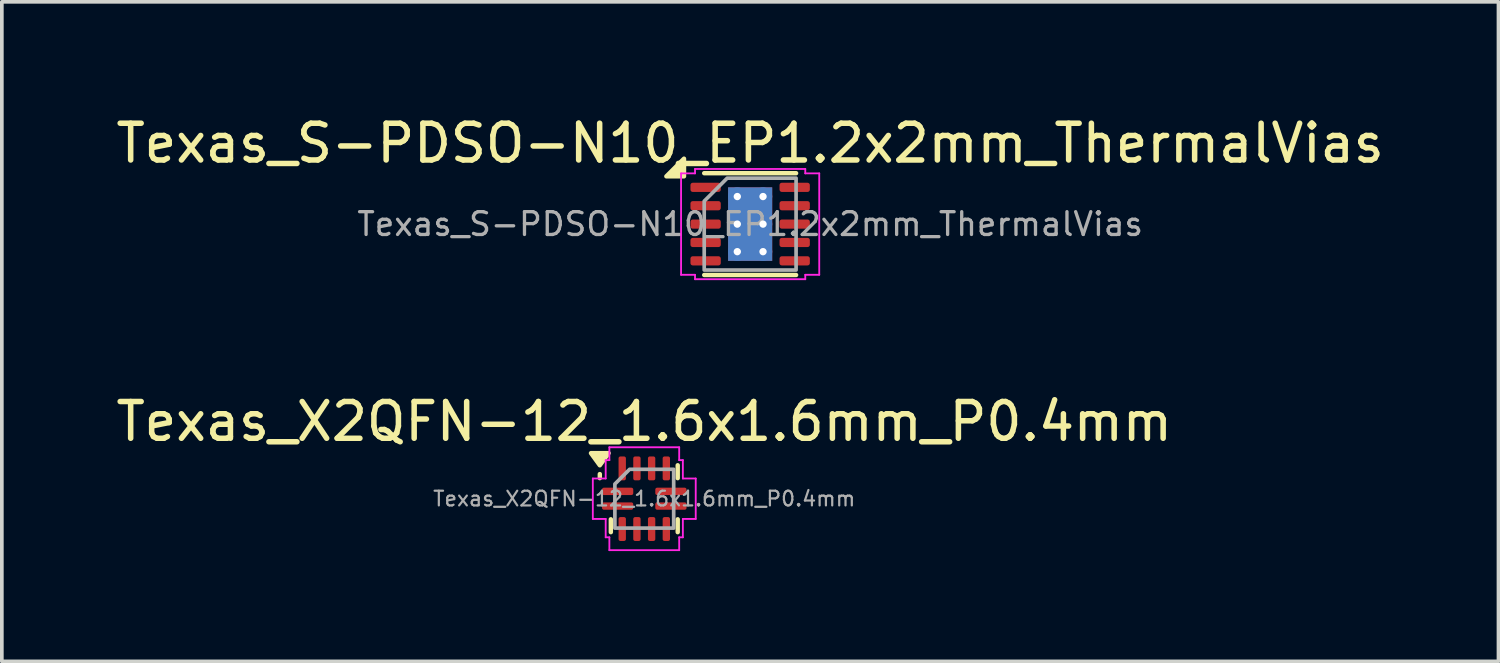
<source format=kicad_pcb>
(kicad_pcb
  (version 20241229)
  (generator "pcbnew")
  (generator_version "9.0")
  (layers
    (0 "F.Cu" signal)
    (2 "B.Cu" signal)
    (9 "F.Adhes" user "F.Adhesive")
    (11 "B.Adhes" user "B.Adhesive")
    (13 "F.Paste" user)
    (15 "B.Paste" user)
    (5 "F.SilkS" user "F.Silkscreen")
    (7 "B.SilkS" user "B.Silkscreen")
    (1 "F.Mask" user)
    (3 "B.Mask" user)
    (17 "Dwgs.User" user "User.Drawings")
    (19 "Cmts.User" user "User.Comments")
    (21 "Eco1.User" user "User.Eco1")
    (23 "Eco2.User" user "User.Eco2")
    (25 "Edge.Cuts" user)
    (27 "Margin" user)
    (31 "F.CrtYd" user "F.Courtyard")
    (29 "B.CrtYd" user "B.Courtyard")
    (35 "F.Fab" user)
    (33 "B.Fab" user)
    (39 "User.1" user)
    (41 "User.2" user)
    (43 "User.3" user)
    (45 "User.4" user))
  (footprint "Texas_X2QFN-12_1.6x1.6mm_P0.4mm"
    (layer "F.Cu")
    (at 14.482 10.521)
    (property "Reference" "Texas_X2QFN-12_1.6x1.6mm_P0.4mm" (at 0 -2.1 0) (layer "F.SilkS") (effects (font (size 1 1) (thickness 0.15))))
    (attr smd)
    (fp_line (start -1.21 -0.56) (end -1.21 -0.67) (stroke (width 0.12) (type solid)) (layer "F.SilkS"))
    (fp_line (start -0.91 0.91) (end -0.91 0.56) (stroke (width 0.12) (type solid)) (layer "F.SilkS"))
    (fp_line (start 0.91 -0.91) (end 0.91 -0.56) (stroke (width 0.12) (type solid)) (layer "F.SilkS"))
    (fp_line (start 0.91 0.91) (end 0.91 0.56) (stroke (width 0.12) (type solid)) (layer "F.SilkS"))
    (fp_poly (pts (xy -1.21 -0.91) (xy -1.45 -1.24) (xy -0.97 -1.24)) (stroke (width 0.12) (type solid)) (fill yes) (layer "F.SilkS"))
    (fp_line (start -1.4 -0.55) (end -1.05 -0.55) (stroke (width 0.05) (type solid)) (layer "F.CrtYd"))
    (fp_line (start -1.4 0.55) (end -1.4 -0.55) (stroke (width 0.05) (type solid)) (layer "F.CrtYd"))
    (fp_line (start -1.05 -1.05) (end -0.95 -1.05) (stroke (width 0.05) (type solid)) (layer "F.CrtYd"))
    (fp_line (start -1.05 -0.55) (end -1.05 -1.05) (stroke (width 0.05) (type solid)) (layer "F.CrtYd"))
    (fp_line (start -1.05 0.55) (end -1.4 0.55) (stroke (width 0.05) (type solid)) (layer "F.CrtYd"))
    (fp_line (start -1.05 1.05) (end -1.05 0.55) (stroke (width 0.05) (type solid)) (layer "F.CrtYd"))
    (fp_line (start -0.95 -1.4) (end 0.95 -1.4) (stroke (width 0.05) (type solid)) (layer "F.CrtYd"))
    (fp_line (start -0.95 -1.05) (end -0.95 -1.4) (stroke (width 0.05) (type solid)) (layer "F.CrtYd"))
    (fp_line (start -0.95 1.05) (end -1.05 1.05) (stroke (width 0.05) (type solid)) (layer "F.CrtYd"))
    (fp_line (start -0.95 1.4) (end -0.95 1.05) (stroke (width 0.05) (type solid)) (layer "F.CrtYd"))
    (fp_line (start 0.95 -1.4) (end 0.95 -1.05) (stroke (width 0.05) (type solid)) (layer "F.CrtYd"))
    (fp_line (start 0.95 -1.05) (end 1.05 -1.05) (stroke (width 0.05) (type solid)) (layer "F.CrtYd"))
    (fp_line (start 0.95 1.05) (end 0.95 1.4) (stroke (width 0.05) (type solid)) (layer "F.CrtYd"))
    (fp_line (start 0.95 1.4) (end -0.95 1.4) (stroke (width 0.05) (type solid)) (layer "F.CrtYd"))
    (fp_line (start 1.05 -1.05) (end 1.05 -0.55) (stroke (width 0.05) (type solid)) (layer "F.CrtYd"))
    (fp_line (start 1.05 -0.55) (end 1.4 -0.55) (stroke (width 0.05) (type solid)) (layer "F.CrtYd"))
    (fp_line (start 1.05 0.55) (end 1.05 1.05) (stroke (width 0.05) (type solid)) (layer "F.CrtYd"))
    (fp_line (start 1.05 1.05) (end 0.95 1.05) (stroke (width 0.05) (type solid)) (layer "F.CrtYd"))
    (fp_line (start 1.4 -0.55) (end 1.4 0.55) (stroke (width 0.05) (type solid)) (layer "F.CrtYd"))
    (fp_line (start 1.4 0.55) (end 1.05 0.55) (stroke (width 0.05) (type solid)) (layer "F.CrtYd"))
    (fp_poly (pts (xy -0.8 -0.4) (xy -0.8 0.8) (xy 0.8 0.8) (xy 0.8 -0.8) (xy -0.4 -0.8)) (stroke (width 0.1) (type solid)) (fill no) (layer "F.Fab"))
    (fp_text user "${REFERENCE}" (at 0 0 0) (layer "F.Fab") (effects (font (size 0.4 0.4) (thickness 0.06))))
    (pad "1" smd roundrect (at -0.725 -0.2) (size 0.85 0.2) (layers "F.Cu" "F.Mask" "F.Paste") (roundrect_rratio 0.25))
    (pad "2" smd roundrect (at -0.725 0.2) (size 0.85 0.2) (layers "F.Cu" "F.Mask" "F.Paste") (roundrect_rratio 0.25))
    (pad "3" smd roundrect (at -0.6 0.825) (size 0.2 0.65) (layers "F.Cu" "F.Mask" "F.Paste") (roundrect_rratio 0.25))
    (pad "4" smd roundrect (at -0.2 0.825) (size 0.2 0.65) (layers "F.Cu" "F.Mask" "F.Paste") (roundrect_rratio 0.25))
    (pad "5" smd roundrect (at 0.2 0.825) (size 0.2 0.65) (layers "F.Cu" "F.Mask" "F.Paste") (roundrect_rratio 0.25))
    (pad "6" smd roundrect (at 0.6 0.825) (size 0.2 0.65) (layers "F.Cu" "F.Mask" "F.Paste") (roundrect_rratio 0.25))
    (pad "7" smd roundrect (at 0.725 0.2) (size 0.85 0.2) (layers "F.Cu" "F.Mask" "F.Paste") (roundrect_rratio 0.25))
    (pad "8" smd roundrect (at 0.725 -0.2) (size 0.85 0.2) (layers "F.Cu" "F.Mask" "F.Paste") (roundrect_rratio 0.25))
    (pad "9" smd roundrect (at 0.6 -0.825) (size 0.2 0.65) (layers "F.Cu" "F.Mask" "F.Paste") (roundrect_rratio 0.25))
    (pad "10" smd roundrect (at 0.2 -0.825) (size 0.2 0.65) (layers "F.Cu" "F.Mask" "F.Paste") (roundrect_rratio 0.25))
    (pad "11" smd roundrect (at -0.2 -0.825) (size 0.2 0.65) (layers "F.Cu" "F.Mask" "F.Paste") (roundrect_rratio 0.25))
    (pad "12" smd roundrect (at -0.6 -0.825) (size 0.2 0.65) (layers "F.Cu" "F.Mask" "F.Paste") (roundrect_rratio 0.25)))
  (footprint "Texas_S-PDSO-N10_EP1.2x2mm_ThermalVias"
    (layer "F.Cu")
    (at 17.363 3.048)
    (property "Reference" "Texas_S-PDSO-N10_EP1.2x2mm_ThermalVias" (at 0 -2.2 0) (layer "F.SilkS") (effects (font (size 1 1) (thickness 0.15))))
    (attr smd)
    (fp_line (start -1.25 -1.385) (end 1.25 -1.385) (stroke (width 0.12) (type solid)) (layer "F.SilkS"))
    (fp_line (start -1.25 1.385) (end 1.25 1.385) (stroke (width 0.12) (type solid)) (layer "F.SilkS"))
    (fp_poly (pts (xy -1.8 -1.3) (xy -2.28 -1.3) (xy -1.8 -1.78)) (stroke (width 0.12) (type solid)) (fill yes) (layer "F.SilkS"))
    (fp_line (start -1.88 -1.38) (end -1.5 -1.38) (stroke (width 0.05) (type solid)) (layer "F.CrtYd"))
    (fp_line (start -1.88 1.38) (end -1.88 -1.38) (stroke (width 0.05) (type solid)) (layer "F.CrtYd"))
    (fp_line (start -1.5 -1.5) (end 1.5 -1.5) (stroke (width 0.05) (type solid)) (layer "F.CrtYd"))
    (fp_line (start -1.5 -1.38) (end -1.5 -1.5) (stroke (width 0.05) (type solid)) (layer "F.CrtYd"))
    (fp_line (start -1.5 1.38) (end -1.88 1.38) (stroke (width 0.05) (type solid)) (layer "F.CrtYd"))
    (fp_line (start -1.5 1.5) (end -1.5 1.38) (stroke (width 0.05) (type solid)) (layer "F.CrtYd"))
    (fp_line (start 1.5 -1.5) (end 1.5 -1.38) (stroke (width 0.05) (type solid)) (layer "F.CrtYd"))
    (fp_line (start 1.5 -1.38) (end 1.88 -1.38) (stroke (width 0.05) (type solid)) (layer "F.CrtYd"))
    (fp_line (start 1.5 1.38) (end 1.5 1.5) (stroke (width 0.05) (type solid)) (layer "F.CrtYd"))
    (fp_line (start 1.5 1.5) (end -1.5 1.5) (stroke (width 0.05) (type solid)) (layer "F.CrtYd"))
    (fp_line (start 1.88 -1.38) (end 1.88 1.38) (stroke (width 0.05) (type solid)) (layer "F.CrtYd"))
    (fp_line (start 1.88 1.38) (end 1.5 1.38) (stroke (width 0.05) (type solid)) (layer "F.CrtYd"))
    (fp_poly (pts (xy -1.25 -0.625) (xy -1.25 1.25) (xy 1.25 1.25) (xy 1.25 -1.25) (xy -0.625 -1.25)) (stroke (width 0.1) (type solid)) (fill no) (layer "F.Fab"))
    (fp_text user "${REFERENCE}" (at 0 0 0) (layer "F.Fab") (effects (font (size 0.62 0.62) (thickness 0.09))))
    (pad "" smd roundrect (at -0.3 -0.5) (size 0.5 0.84) (layers "F.Paste") (roundrect_rratio 0.25))
    (pad "" smd roundrect (at -0.3 0.5) (size 0.5 0.84) (layers "F.Paste") (roundrect_rratio 0.25))
    (pad "" smd roundrect (at 0.3 -0.5) (size 0.5 0.84) (layers "F.Paste") (roundrect_rratio 0.25))
    (pad "" smd roundrect (at 0.3 0.5) (size 0.5 0.84) (layers "F.Paste") (roundrect_rratio 0.25))
    (pad "1" smd roundrect (at -1.212 -1) (size 0.825 0.25) (layers "F.Cu" "F.Mask" "F.Paste") (roundrect_rratio 0.25))
    (pad "2" smd roundrect (at -1.212 -0.5) (size 0.825 0.25) (layers "F.Cu" "F.Mask" "F.Paste") (roundrect_rratio 0.25))
    (pad "3" smd roundrect (at -1.212 0) (size 0.825 0.25) (layers "F.Cu" "F.Mask" "F.Paste") (roundrect_rratio 0.25))
    (pad "4" smd roundrect (at -1.212 0.5) (size 0.825 0.25) (layers "F.Cu" "F.Mask" "F.Paste") (roundrect_rratio 0.25))
    (pad "5" smd roundrect (at -1.212 1) (size 0.825 0.25) (layers "F.Cu" "F.Mask" "F.Paste") (roundrect_rratio 0.25))
    (pad "6" smd roundrect (at 1.212 1) (size 0.825 0.25) (layers "F.Cu" "F.Mask" "F.Paste") (roundrect_rratio 0.25))
    (pad "7" smd roundrect (at 1.212 0.5) (size 0.825 0.25) (layers "F.Cu" "F.Mask" "F.Paste") (roundrect_rratio 0.25))
    (pad "8" smd roundrect (at 1.212 0) (size 0.825 0.25) (layers "F.Cu" "F.Mask" "F.Paste") (roundrect_rratio 0.25))
    (pad "9" smd roundrect (at 1.212 -0.5) (size 0.825 0.25) (layers "F.Cu" "F.Mask" "F.Paste") (roundrect_rratio 0.25))
    (pad "10" smd roundrect (at 1.212 -1) (size 0.825 0.25) (layers "F.Cu" "F.Mask" "F.Paste") (roundrect_rratio 0.25))
    (pad "11" thru_hole circle (at -0.35 -0.75) (size 0.5 0.5) (drill 0.2) (property pad_prop_heatsink) (layers "*.Cu"))
    (pad "11" thru_hole circle (at -0.35 0) (size 0.5 0.5) (drill 0.2) (property pad_prop_heatsink) (layers "*.Cu"))
    (pad "11" thru_hole circle (at -0.35 0.75) (size 0.5 0.5) (drill 0.2) (property pad_prop_heatsink) (layers "*.Cu"))
    (pad "11" smd rect (at 0 0) (size 1.2 2) (property pad_prop_heatsink) (layers "F.Cu" "F.Mask"))
    (pad "11" smd rect (at 0 0) (size 1.2 2) (property pad_prop_heatsink) (layers "B.Cu"))
    (pad "11" thru_hole circle (at 0.35 -0.75) (size 0.5 0.5) (drill 0.2) (property pad_prop_heatsink) (layers "*.Cu"))
    (pad "11" thru_hole circle (at 0.35 0) (size 0.5 0.5) (drill 0.2) (property pad_prop_heatsink) (layers "*.Cu"))
    (pad "11" thru_hole circle (at 0.35 0.75) (size 0.5 0.5) (drill 0.2) (property pad_prop_heatsink) (layers "*.Cu")))
  (gr_rect
    (start -3 -3)
    (end 37.726 14.947)
    (stroke (width 0.1) (type default))
    (fill no)
    (layer "Edge.Cuts")))
</source>
